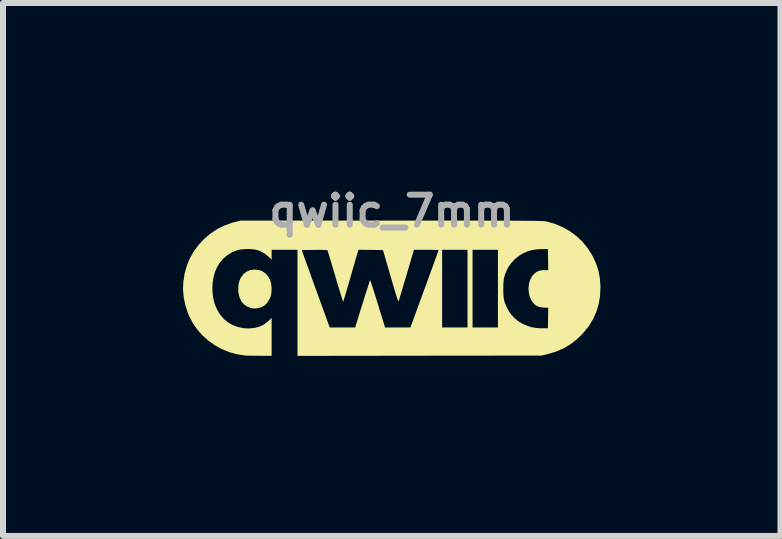
<source format=kicad_pcb>
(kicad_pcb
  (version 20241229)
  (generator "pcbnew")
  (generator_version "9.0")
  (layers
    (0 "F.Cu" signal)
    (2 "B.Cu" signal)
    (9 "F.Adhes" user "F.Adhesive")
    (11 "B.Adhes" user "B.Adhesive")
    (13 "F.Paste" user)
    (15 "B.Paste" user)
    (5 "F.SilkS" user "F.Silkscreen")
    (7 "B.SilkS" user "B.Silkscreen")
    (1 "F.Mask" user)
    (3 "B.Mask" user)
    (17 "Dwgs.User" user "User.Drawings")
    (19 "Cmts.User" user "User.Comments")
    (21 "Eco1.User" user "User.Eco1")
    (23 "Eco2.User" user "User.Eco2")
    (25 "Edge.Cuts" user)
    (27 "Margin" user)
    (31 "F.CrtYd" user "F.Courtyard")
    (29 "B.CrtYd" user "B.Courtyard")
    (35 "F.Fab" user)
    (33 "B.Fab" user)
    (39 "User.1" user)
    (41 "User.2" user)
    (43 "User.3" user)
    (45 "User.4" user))
  (footprint "qwiic_7mm"
    (layer "F.Cu")
    (at 3.48 1.738)
    (property "Reference" "qwiic_7mm" (at 0 -1.27 0) (layer "F.Fab") (effects (font (size 0.5 0.5) (thickness 0.1))))
    (attr board_only exclude_from_pos_files exclude_from_bom)
    (fp_poly (pts (xy -2.22 -0.29) (xy -2.166 -0.273) (xy -2.118 -0.241) (xy -2.105 -0.231) (xy -2.061 -0.182) (xy -2.031 -0.127) (xy -2.012 -0.063) (xy -2.005 0.011) (xy -2.006 0.057) (xy -2.009 0.097) (xy -2.013 0.127) (xy -2.021 0.154) (xy -2.034 0.183) (xy -2.043 0.201) (xy -2.079 0.259) (xy -2.123 0.302) (xy -2.175 0.331) (xy -2.237 0.348) (xy -2.27 0.352) (xy -2.304 0.351) (xy -2.34 0.347) (xy -2.351 0.344) (xy -2.416 0.318) (xy -2.469 0.28) (xy -2.51 0.229) (xy -2.539 0.168) (xy -2.556 0.095) (xy -2.56 0.055) (xy -2.559 -0.027) (xy -2.545 -0.097) (xy -2.52 -0.158) (xy -2.481 -0.211) (xy -2.459 -0.233) (xy -2.411 -0.267) (xy -2.358 -0.288) (xy -2.296 -0.296) (xy -2.283 -0.296)) (stroke (width 0) (type solid)) (fill yes) (layer "F.SilkS"))
    (fp_poly (pts (xy 0.241 -1.112) (xy 0.469 -1.112) (xy 0.682 -1.112) (xy 0.879 -1.112) (xy 1.062 -1.112) (xy 1.231 -1.112) (xy 1.386 -1.112) (xy 1.529 -1.111) (xy 1.659 -1.111) (xy 1.778 -1.111) (xy 1.886 -1.111) (xy 1.983 -1.111) (xy 2.07 -1.11) (xy 2.147 -1.11) (xy 2.216 -1.109) (xy 2.277 -1.109) (xy 2.33 -1.108) (xy 2.376 -1.108) (xy 2.416 -1.107) (xy 2.45 -1.106) (xy 2.478 -1.106) (xy 2.502 -1.105) (xy 2.521 -1.104) (xy 2.537 -1.103) (xy 2.55 -1.101) (xy 2.561 -1.1) (xy 2.57 -1.099) (xy 2.577 -1.097) (xy 2.583 -1.096) (xy 2.721 -1.056) (xy 2.849 -1.002) (xy 2.968 -0.934) (xy 3.076 -0.853) (xy 3.174 -0.761) (xy 3.26 -0.656) (xy 3.334 -0.54) (xy 3.351 -0.508) (xy 3.404 -0.392) (xy 3.442 -0.275) (xy 3.465 -0.154) (xy 3.475 -0.027) (xy 3.475 0.008) (xy 3.468 0.149) (xy 3.445 0.282) (xy 3.406 0.408) (xy 3.353 0.529) (xy 3.283 0.643) (xy 3.197 0.751) (xy 3.161 0.791) (xy 3.065 0.88) (xy 2.965 0.956) (xy 2.856 1.019) (xy 2.739 1.069) (xy 2.609 1.109) (xy 2.572 1.118) (xy 2.49 1.137) (xy 0.459 1.139) (xy -1.573 1.142) (xy -1.573 0.258) (xy -1.573 -0.621) (xy -1.503 -0.621) (xy -1.27 0.023) (xy -1.036 0.668) (xy -0.824 0.668) (xy -0.612 0.668) (xy -0.491 0.277) (xy -0.466 0.199) (xy -0.444 0.126) (xy -0.423 0.059) (xy -0.404 0.001) (xy -0.388 -0.048) (xy -0.376 -0.086) (xy -0.368 -0.11) (xy -0.364 -0.12) (xy -0.364 -0.121) (xy -0.36 -0.114) (xy -0.352 -0.093) (xy -0.341 -0.059) (xy -0.325 -0.013) (xy -0.307 0.044) (xy -0.287 0.108) (xy -0.264 0.18) (xy -0.24 0.258) (xy -0.236 0.27) (xy -0.114 0.668) (xy 0.097 0.668) (xy 0.309 0.668) (xy 0.543 0.027) (xy 0.58 -0.073) (xy 0.614 -0.168) (xy 0.647 -0.257) (xy 0.677 -0.339) (xy 0.704 -0.413) (xy 0.727 -0.478) (xy 0.747 -0.532) (xy 0.762 -0.574) (xy 0.772 -0.603) (xy 0.777 -0.618) (xy 0.778 -0.62) (xy 0.77 -0.622) (xy 0.747 -0.623) (xy 0.712 -0.624) (xy 0.667 -0.625) (xy 0.614 -0.626) (xy 0.572 -0.626) (xy 0.837 -0.626) (xy 0.837 0.021) (xy 0.837 0.668) (xy 1.048 0.668) (xy 1.26 0.668) (xy 1.26 0.021) (xy 1.26 -0.626) (xy 1.344 -0.626) (xy 1.344 0.021) (xy 1.344 0.668) (xy 1.556 0.668) (xy 1.767 0.668) (xy 1.767 0.025) (xy 1.856 0.025) (xy 1.857 0.093) (xy 1.86 0.148) (xy 1.866 0.195) (xy 1.876 0.238) (xy 1.891 0.28) (xy 1.912 0.327) (xy 1.924 0.354) (xy 1.974 0.436) (xy 2.037 0.508) (xy 2.111 0.568) (xy 2.169 0.602) (xy 2.247 0.638) (xy 2.321 0.662) (xy 2.397 0.676) (xy 2.48 0.682) (xy 2.52 0.682) (xy 2.6 0.681) (xy 2.602 0.51) (xy 2.605 0.34) (xy 2.53 0.337) (xy 2.469 0.33) (xy 2.421 0.313) (xy 2.381 0.287) (xy 2.355 0.261) (xy 2.319 0.207) (xy 2.294 0.145) (xy 2.28 0.077) (xy 2.277 0.008) (xy 2.285 -0.06) (xy 2.303 -0.123) (xy 2.331 -0.18) (xy 2.37 -0.225) (xy 2.411 -0.257) (xy 2.453 -0.276) (xy 2.502 -0.286) (xy 2.539 -0.287) (xy 2.605 -0.287) (xy 2.602 -0.463) (xy 2.6 -0.638) (xy 2.494 -0.637) (xy 2.41 -0.633) (xy 2.336 -0.621) (xy 2.267 -0.602) (xy 2.197 -0.572) (xy 2.181 -0.565) (xy 2.114 -0.523) (xy 2.048 -0.469) (xy 1.99 -0.407) (xy 1.943 -0.341) (xy 1.93 -0.317) (xy 1.903 -0.261) (xy 1.884 -0.211) (xy 1.87 -0.161) (xy 1.861 -0.107) (xy 1.857 -0.045) (xy 1.856 0.025) (xy 1.767 0.025) (xy 1.767 0.021) (xy 1.767 -0.626) (xy 1.556 -0.626) (xy 1.344 -0.626) (xy 1.26 -0.626) (xy 1.048 -0.626) (xy 0.837 -0.626) (xy 0.572 -0.626) (xy 0.367 -0.626) (xy 0.246 -0.213) (xy 0.222 -0.132) (xy 0.199 -0.056) (xy 0.178 0.015) (xy 0.159 0.078) (xy 0.143 0.132) (xy 0.13 0.175) (xy 0.121 0.206) (xy 0.115 0.222) (xy 0.115 0.223) (xy 0.113 0.228) (xy 0.111 0.23) (xy 0.108 0.23) (xy 0.105 0.226) (xy 0.101 0.217) (xy 0.095 0.203) (xy 0.088 0.182) (xy 0.079 0.154) (xy 0.067 0.117) (xy 0.053 0.071) (xy 0.036 0.014) (xy 0.016 -0.054) (xy -0.007 -0.134) (xy -0.034 -0.227) (xy -0.066 -0.335) (xy -0.101 -0.457) (xy -0.108 -0.482) (xy -0.149 -0.621) (xy -0.353 -0.624) (xy -0.557 -0.626) (xy -0.578 -0.556) (xy -0.585 -0.533) (xy -0.596 -0.496) (xy -0.61 -0.447) (xy -0.627 -0.387) (xy -0.647 -0.32) (xy -0.668 -0.247) (xy -0.69 -0.17) (xy -0.702 -0.127) (xy -0.724 -0.052) (xy -0.744 0.018) (xy -0.763 0.081) (xy -0.779 0.136) (xy -0.793 0.181) (xy -0.803 0.214) (xy -0.809 0.234) (xy -0.811 0.239) (xy -0.815 0.232) (xy -0.822 0.211) (xy -0.834 0.176) (xy -0.848 0.13) (xy -0.866 0.073) (xy -0.886 0.007) (xy -0.908 -0.066) (xy -0.932 -0.145) (xy -0.942 -0.181) (xy -0.966 -0.263) (xy -0.989 -0.34) (xy -1.01 -0.411) (xy -1.029 -0.473) (xy -1.045 -0.527) (xy -1.058 -0.569) (xy -1.067 -0.599) (xy -1.073 -0.615) (xy -1.074 -0.617) (xy -1.083 -0.62) (xy -1.106 -0.622) (xy -1.143 -0.624) (xy -1.196 -0.624) (xy -1.266 -0.624) (xy -1.291 -0.624) (xy -1.503 -0.621) (xy -1.573 -0.621) (xy -1.573 -0.626) (xy -1.788 -0.626) (xy -2.004 -0.626) (xy -2.004 -0.544) (xy -2.004 -0.461) (xy -2.048 -0.505) (xy -2.114 -0.559) (xy -2.187 -0.6) (xy -2.232 -0.618) (xy -2.276 -0.629) (xy -2.331 -0.636) (xy -2.392 -0.639) (xy -2.454 -0.637) (xy -2.512 -0.632) (xy -2.56 -0.623) (xy -2.561 -0.623) (xy -2.653 -0.589) (xy -2.736 -0.541) (xy -2.809 -0.479) (xy -2.872 -0.405) (xy -2.919 -0.326) (xy -2.951 -0.247) (xy -2.974 -0.158) (xy -2.988 -0.064) (xy -2.991 0.032) (xy -2.987 0.104) (xy -2.978 0.172) (xy -2.966 0.229) (xy -2.951 0.28) (xy -2.93 0.332) (xy -2.912 0.372) (xy -2.864 0.452) (xy -2.804 0.523) (xy -2.735 0.581) (xy -2.663 0.624) (xy -2.571 0.659) (xy -2.474 0.68) (xy -2.387 0.685) (xy -2.294 0.677) (xy -2.209 0.655) (xy -2.132 0.619) (xy -2.065 0.568) (xy -2.054 0.558) (xy -2.004 0.509) (xy -2.004 0.825) (xy -2.004 1.141) (xy -2.209 1.14) (xy -2.268 1.14) (xy -2.324 1.139) (xy -2.372 1.138) (xy -2.412 1.137) (xy -2.439 1.136) (xy -2.448 1.136) (xy -2.581 1.115) (xy -2.709 1.08) (xy -2.832 1.03) (xy -2.948 0.966) (xy -3.056 0.89) (xy -3.154 0.803) (xy -3.241 0.705) (xy -3.316 0.598) (xy -3.377 0.482) (xy -3.4 0.427) (xy -3.442 0.299) (xy -3.468 0.17) (xy -3.48 0.041) (xy -3.476 -0.084) (xy -3.455 -0.224) (xy -3.419 -0.356) (xy -3.368 -0.481) (xy -3.302 -0.598) (xy -3.221 -0.707) (xy -3.13 -0.805) (xy -3.028 -0.893) (xy -2.917 -0.967) (xy -2.799 -1.027) (xy -2.67 -1.074) (xy -2.615 -1.089) (xy -2.524 -1.112) (xy -0.004 -1.112)) (stroke (width 0) (type solid)) (fill yes) (layer "F.SilkS")))
  (gr_rect
    (start -3 -3)
    (end 9.955 5.88)
    (stroke (width 0.1) (type default))
    (fill no)
    (layer "Edge.Cuts")))
</source>
